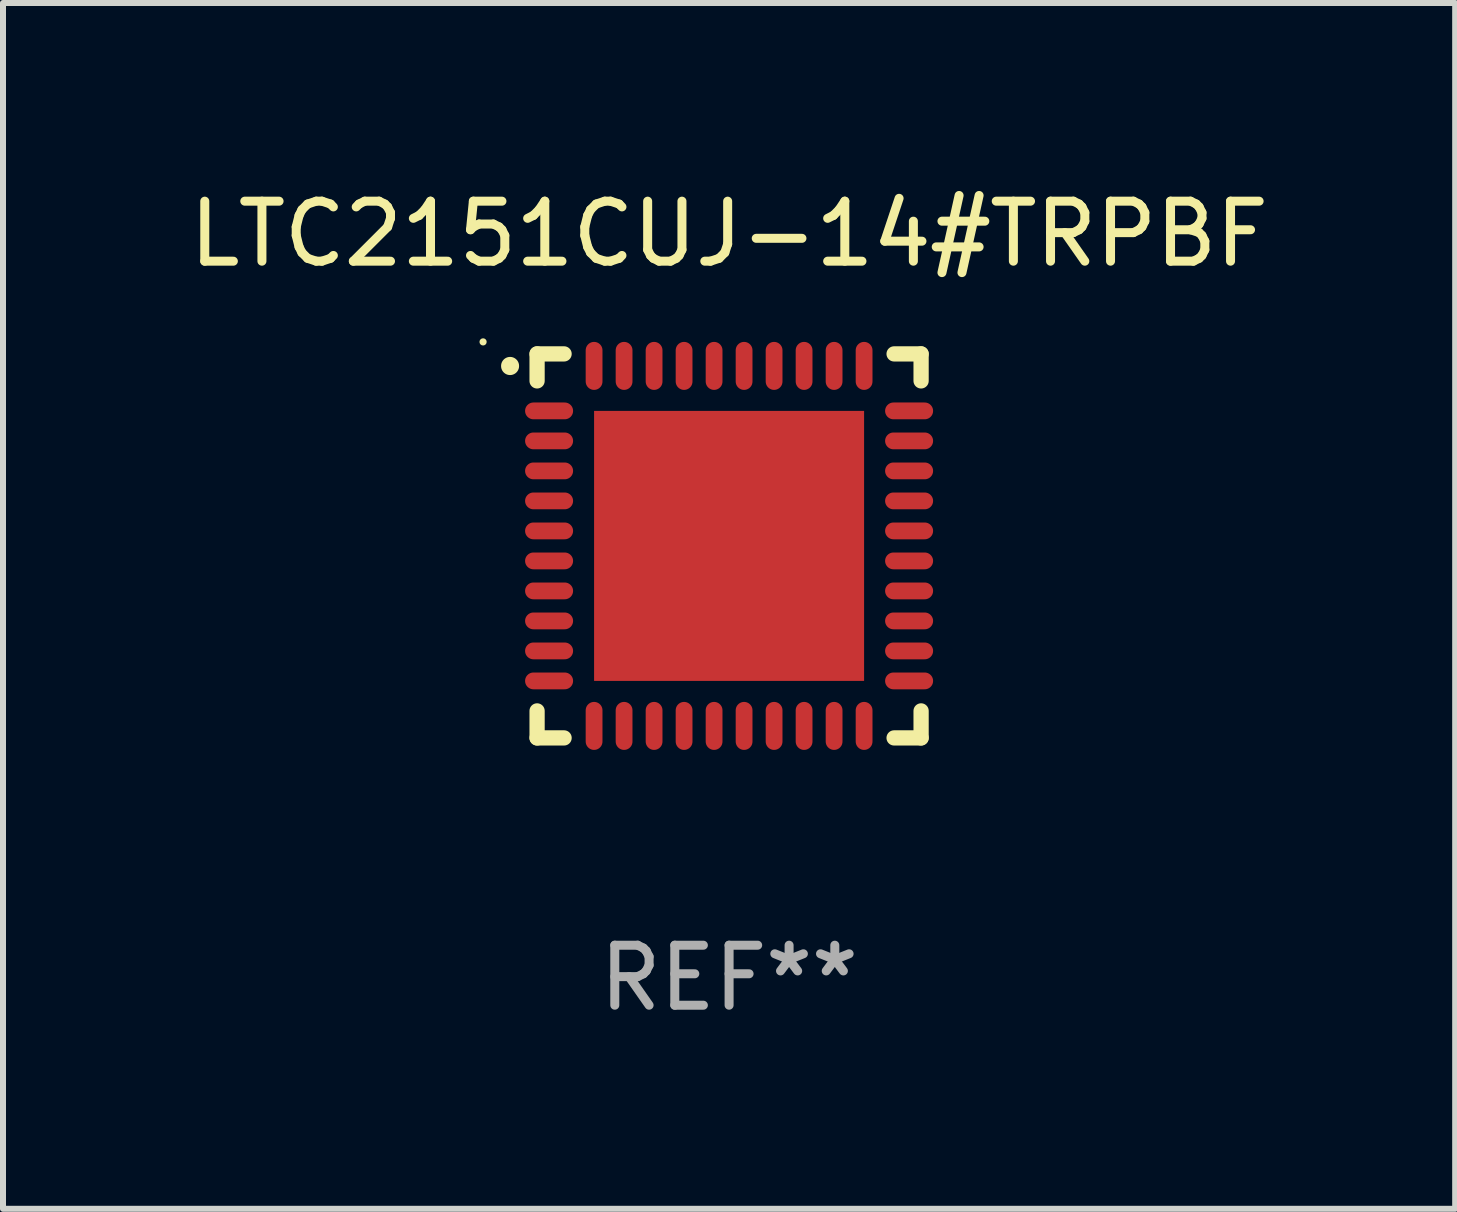
<source format=kicad_pcb>
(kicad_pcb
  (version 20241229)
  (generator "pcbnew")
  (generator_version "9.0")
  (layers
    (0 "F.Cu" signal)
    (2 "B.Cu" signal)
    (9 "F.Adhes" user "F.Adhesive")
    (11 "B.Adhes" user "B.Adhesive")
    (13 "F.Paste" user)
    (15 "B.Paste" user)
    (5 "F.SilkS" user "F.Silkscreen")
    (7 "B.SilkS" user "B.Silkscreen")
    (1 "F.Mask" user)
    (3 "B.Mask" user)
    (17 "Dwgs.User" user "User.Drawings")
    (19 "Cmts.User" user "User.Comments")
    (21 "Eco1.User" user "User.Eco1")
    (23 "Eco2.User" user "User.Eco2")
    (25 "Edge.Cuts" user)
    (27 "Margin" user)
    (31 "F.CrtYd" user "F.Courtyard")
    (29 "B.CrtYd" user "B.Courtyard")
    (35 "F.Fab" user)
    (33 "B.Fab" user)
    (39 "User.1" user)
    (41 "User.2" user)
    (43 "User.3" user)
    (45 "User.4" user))
  (footprint "LTC2151CUJ-14#TRPBF"
    (layer "F.Cu")
    (at 9.101 6.048)
    (property "Reference" "LTC2151CUJ-14#TRPBF" (at 0 -5.2 0) (layer "F.SilkS") (effects (font (size 1 1) (thickness 0.15))))
    (attr through_hole)
    (fp_line (start -3.2 -3.2) (end -2.75 -3.2) (stroke (width 0.254) (type solid)) (layer "F.SilkS"))
    (fp_line (start -3.2 -2.75) (end -3.2 -3.2) (stroke (width 0.254) (type solid)) (layer "F.SilkS"))
    (fp_line (start -3.2 3.2) (end -3.2 2.75) (stroke (width 0.254) (type solid)) (layer "F.SilkS"))
    (fp_line (start -2.75 3.2) (end -3.2 3.2) (stroke (width 0.254) (type solid)) (layer "F.SilkS"))
    (fp_line (start 2.75 3.2) (end 3.2 3.2) (stroke (width 0.254) (type solid)) (layer "F.SilkS"))
    (fp_line (start 3.2 -3.2) (end 2.75 -3.2) (stroke (width 0.254) (type solid)) (layer "F.SilkS"))
    (fp_line (start 3.2 -2.75) (end 3.2 -3.2) (stroke (width 0.254) (type solid)) (layer "F.SilkS"))
    (fp_line (start 3.2 3.2) (end 3.2 2.75) (stroke (width 0.254) (type solid)) (layer "F.SilkS"))
    (fp_arc (start -3.649987 -2.997206) (mid -3.649992 -2.998476) (end -3.649987 -2.999746) (stroke (width 0.3) (type solid)) (layer "F.SilkS"))
    (fp_circle (center -4.1 -3.4) (end -4.07 -3.4) (stroke (width 0.06) (type solid)) (fill no) (layer "F.SilkS"))
    (fp_text user "REF**" (at 0 7.2 0) (layer "F.Fab") (effects (font (size 1 1) (thickness 0.15))))
    (pad "1" smd oval (at -3 -2.25 90) (size 0.28 0.8) (layers "F.Cu" "F.Mask" "F.Paste"))
    (pad "2" smd oval (at -3 -1.75 90) (size 0.28 0.8) (layers "F.Cu" "F.Mask" "F.Paste"))
    (pad "3" smd oval (at -3 -1.25 90) (size 0.28 0.8) (layers "F.Cu" "F.Mask" "F.Paste"))
    (pad "4" smd oval (at -3 -0.75 90) (size 0.28 0.8) (layers "F.Cu" "F.Mask" "F.Paste"))
    (pad "5" smd oval (at -3 -0.25 90) (size 0.28 0.8) (layers "F.Cu" "F.Mask" "F.Paste"))
    (pad "6" smd oval (at -3 0.25 90) (size 0.28 0.8) (layers "F.Cu" "F.Mask" "F.Paste"))
    (pad "7" smd oval (at -3 0.75 90) (size 0.28 0.8) (layers "F.Cu" "F.Mask" "F.Paste"))
    (pad "8" smd oval (at -3 1.25 90) (size 0.28 0.8) (layers "F.Cu" "F.Mask" "F.Paste"))
    (pad "9" smd oval (at -3 1.75 90) (size 0.28 0.8) (layers "F.Cu" "F.Mask" "F.Paste"))
    (pad "10" smd oval (at -3 2.25 90) (size 0.28 0.8) (layers "F.Cu" "F.Mask" "F.Paste"))
    (pad "11" smd oval (at -2.25 3) (size 0.28 0.8) (layers "F.Cu" "F.Mask" "F.Paste"))
    (pad "12" smd oval (at -1.75 3) (size 0.28 0.8) (layers "F.Cu" "F.Mask" "F.Paste"))
    (pad "13" smd oval (at -1.25 3) (size 0.28 0.8) (layers "F.Cu" "F.Mask" "F.Paste"))
    (pad "14" smd oval (at -0.75 3) (size 0.28 0.8) (layers "F.Cu" "F.Mask" "F.Paste"))
    (pad "15" smd oval (at -0.25 3) (size 0.28 0.8) (layers "F.Cu" "F.Mask" "F.Paste"))
    (pad "16" smd oval (at 0.25 3) (size 0.28 0.8) (layers "F.Cu" "F.Mask" "F.Paste"))
    (pad "17" smd oval (at 0.75 3) (size 0.28 0.8) (layers "F.Cu" "F.Mask" "F.Paste"))
    (pad "18" smd oval (at 1.25 3) (size 0.28 0.8) (layers "F.Cu" "F.Mask" "F.Paste"))
    (pad "19" smd oval (at 1.75 3) (size 0.28 0.8) (layers "F.Cu" "F.Mask" "F.Paste"))
    (pad "20" smd oval (at 2.25 3) (size 0.28 0.8) (layers "F.Cu" "F.Mask" "F.Paste"))
    (pad "21" smd oval (at 3 2.25 90) (size 0.28 0.8) (layers "F.Cu" "F.Mask" "F.Paste"))
    (pad "22" smd oval (at 3 1.75 90) (size 0.28 0.8) (layers "F.Cu" "F.Mask" "F.Paste"))
    (pad "23" smd oval (at 3 1.25 90) (size 0.28 0.8) (layers "F.Cu" "F.Mask" "F.Paste"))
    (pad "24" smd oval (at 3 0.75 90) (size 0.28 0.8) (layers "F.Cu" "F.Mask" "F.Paste"))
    (pad "25" smd oval (at 3 0.25 90) (size 0.28 0.8) (layers "F.Cu" "F.Mask" "F.Paste"))
    (pad "26" smd oval (at 3 -0.25 90) (size 0.28 0.8) (layers "F.Cu" "F.Mask" "F.Paste"))
    (pad "27" smd oval (at 3 -0.75 90) (size 0.28 0.8) (layers "F.Cu" "F.Mask" "F.Paste"))
    (pad "28" smd oval (at 3 -1.25 90) (size 0.28 0.8) (layers "F.Cu" "F.Mask" "F.Paste"))
    (pad "29" smd oval (at 3 -1.75 90) (size 0.28 0.8) (layers "F.Cu" "F.Mask" "F.Paste"))
    (pad "30" smd oval (at 3 -2.25 90) (size 0.28 0.8) (layers "F.Cu" "F.Mask" "F.Paste"))
    (pad "31" smd oval (at 2.25 -3) (size 0.28 0.8) (layers "F.Cu" "F.Mask" "F.Paste"))
    (pad "32" smd oval (at 1.75 -3) (size 0.28 0.8) (layers "F.Cu" "F.Mask" "F.Paste"))
    (pad "33" smd oval (at 1.25 -3) (size 0.28 0.8) (layers "F.Cu" "F.Mask" "F.Paste"))
    (pad "34" smd oval (at 0.75 -3) (size 0.28 0.8) (layers "F.Cu" "F.Mask" "F.Paste"))
    (pad "35" smd oval (at 0.25 -3) (size 0.28 0.8) (layers "F.Cu" "F.Mask" "F.Paste"))
    (pad "36" smd oval (at -0.25 -3) (size 0.28 0.8) (layers "F.Cu" "F.Mask" "F.Paste"))
    (pad "37" smd oval (at -0.75 -3) (size 0.28 0.8) (layers "F.Cu" "F.Mask" "F.Paste"))
    (pad "38" smd oval (at -1.25 -3) (size 0.28 0.8) (layers "F.Cu" "F.Mask" "F.Paste"))
    (pad "39" smd oval (at -1.75 -3) (size 0.28 0.8) (layers "F.Cu" "F.Mask" "F.Paste"))
    (pad "40" smd oval (at -2.25 -3) (size 0.28 0.8) (layers "F.Cu" "F.Mask" "F.Paste"))
    (pad "41" smd rect (at 0 0) (size 4.5 4.5) (layers "F.Cu" "F.Mask" "F.Paste")))
  (gr_rect
    (start -3 -3)
    (end 21.202 17.096)
    (stroke (width 0.1) (type default))
    (fill no)
    (layer "Edge.Cuts")))
</source>
